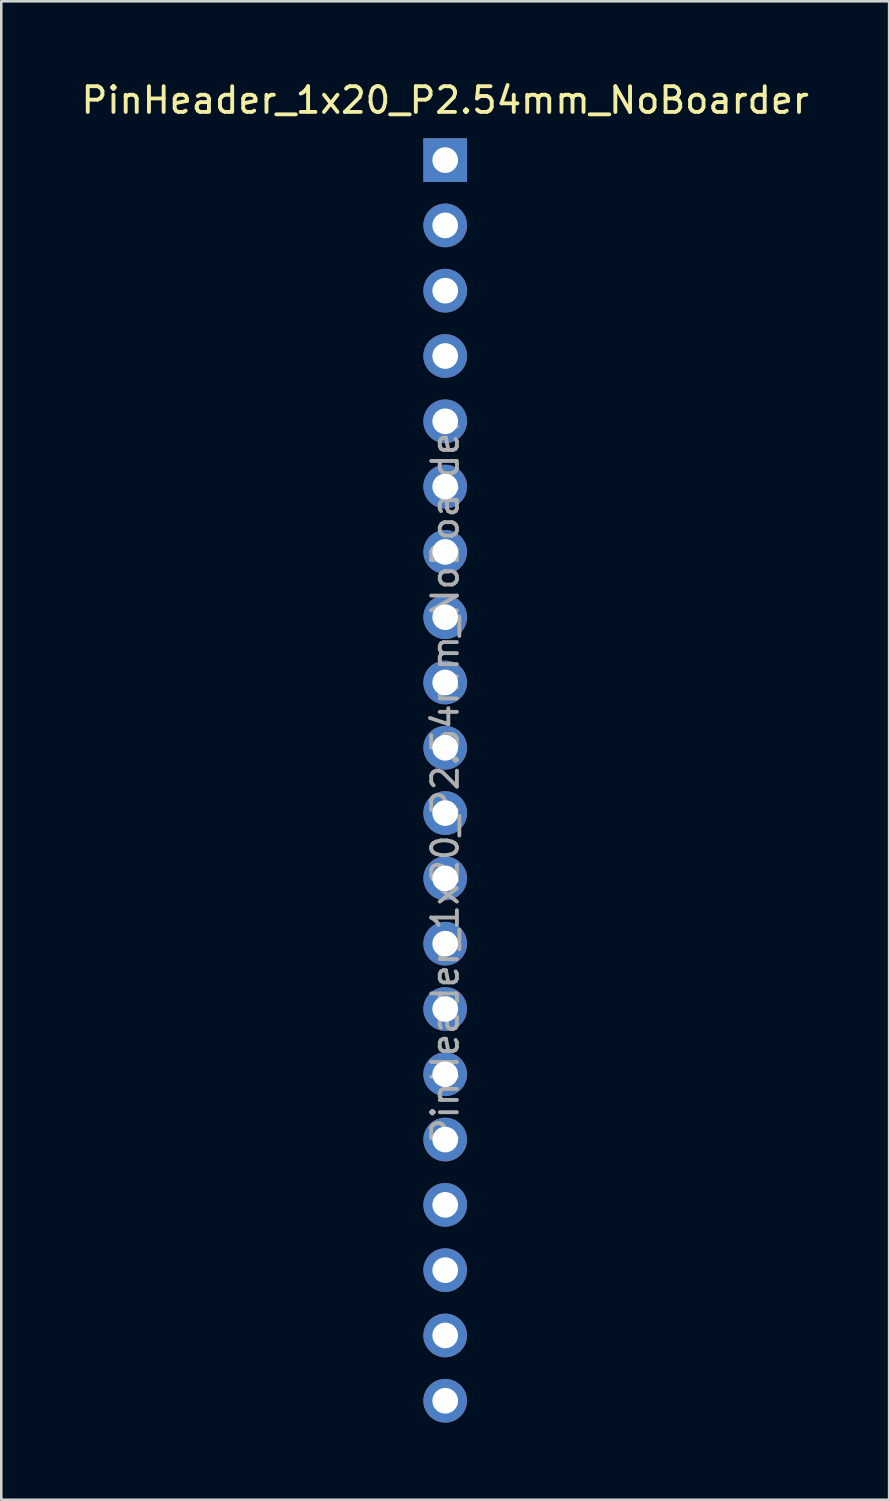
<source format=kicad_pcb>
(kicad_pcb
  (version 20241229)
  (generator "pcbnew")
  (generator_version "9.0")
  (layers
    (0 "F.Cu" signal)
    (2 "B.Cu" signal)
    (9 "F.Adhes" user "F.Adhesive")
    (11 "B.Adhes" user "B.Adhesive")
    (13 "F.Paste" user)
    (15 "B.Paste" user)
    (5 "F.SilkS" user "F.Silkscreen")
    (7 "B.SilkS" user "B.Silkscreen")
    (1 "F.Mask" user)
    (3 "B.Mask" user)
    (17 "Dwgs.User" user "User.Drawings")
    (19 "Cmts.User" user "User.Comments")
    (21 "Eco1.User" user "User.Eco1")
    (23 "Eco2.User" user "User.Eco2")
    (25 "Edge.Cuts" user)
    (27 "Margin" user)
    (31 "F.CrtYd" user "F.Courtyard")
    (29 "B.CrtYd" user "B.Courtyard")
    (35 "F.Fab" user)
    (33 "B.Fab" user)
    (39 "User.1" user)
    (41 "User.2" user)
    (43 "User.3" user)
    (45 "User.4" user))
  (footprint "PinHeader_1x20_P2.54mm_NoBoarder"
    (layer "F.Cu")
    (at 14.268 3.178)
    (property "Reference" "PinHeader_1x20_P2.54mm_NoBoarder" (at 0 -2.33 0) (layer "F.SilkS") (effects (font (size 1 1) (thickness 0.15))))
    (attr through_hole)
    (fp_text user "${REFERENCE}" (at 0 24.13 90) (layer "F.Fab") (effects (font (size 1 1) (thickness 0.15))))
    (pad "1" thru_hole rect (at 0 0) (size 1.7 1.7) (drill 1) (layers "*.Cu" "*.Mask"))
    (pad "2" thru_hole oval (at 0 2.54) (size 1.7 1.7) (drill 1) (layers "*.Cu" "*.Mask"))
    (pad "3" thru_hole oval (at 0 5.08) (size 1.7 1.7) (drill 1) (layers "*.Cu" "*.Mask"))
    (pad "4" thru_hole oval (at 0 7.62) (size 1.7 1.7) (drill 1) (layers "*.Cu" "*.Mask"))
    (pad "5" thru_hole oval (at 0 10.16) (size 1.7 1.7) (drill 1) (layers "*.Cu" "*.Mask"))
    (pad "6" thru_hole oval (at 0 12.7) (size 1.7 1.7) (drill 1) (layers "*.Cu" "*.Mask"))
    (pad "7" thru_hole oval (at 0 15.24) (size 1.7 1.7) (drill 1) (layers "*.Cu" "*.Mask"))
    (pad "8" thru_hole oval (at 0 17.78) (size 1.7 1.7) (drill 1) (layers "*.Cu" "*.Mask"))
    (pad "9" thru_hole oval (at 0 20.32) (size 1.7 1.7) (drill 1) (layers "*.Cu" "*.Mask"))
    (pad "10" thru_hole oval (at 0 22.86) (size 1.7 1.7) (drill 1) (layers "*.Cu" "*.Mask"))
    (pad "11" thru_hole oval (at 0 25.4) (size 1.7 1.7) (drill 1) (layers "*.Cu" "*.Mask"))
    (pad "12" thru_hole oval (at 0 27.94) (size 1.7 1.7) (drill 1) (layers "*.Cu" "*.Mask"))
    (pad "13" thru_hole oval (at 0 30.48) (size 1.7 1.7) (drill 1) (layers "*.Cu" "*.Mask"))
    (pad "14" thru_hole oval (at 0 33.02) (size 1.7 1.7) (drill 1) (layers "*.Cu" "*.Mask"))
    (pad "15" thru_hole oval (at 0 35.56) (size 1.7 1.7) (drill 1) (layers "*.Cu" "*.Mask"))
    (pad "16" thru_hole oval (at 0 38.1) (size 1.7 1.7) (drill 1) (layers "*.Cu" "*.Mask"))
    (pad "17" thru_hole oval (at 0 40.64) (size 1.7 1.7) (drill 1) (layers "*.Cu" "*.Mask"))
    (pad "18" thru_hole oval (at 0 43.18) (size 1.7 1.7) (drill 1) (layers "*.Cu" "*.Mask"))
    (pad "19" thru_hole oval (at 0 45.72) (size 1.7 1.7) (drill 1) (layers "*.Cu" "*.Mask"))
    (pad "20" thru_hole oval (at 0 48.26) (size 1.7 1.7) (drill 1) (layers "*.Cu" "*.Mask")))
  (gr_rect
    (start -3 -3)
    (end 31.536 55.288)
    (stroke (width 0.1) (type default))
    (fill no)
    (layer "Edge.Cuts")))
</source>
